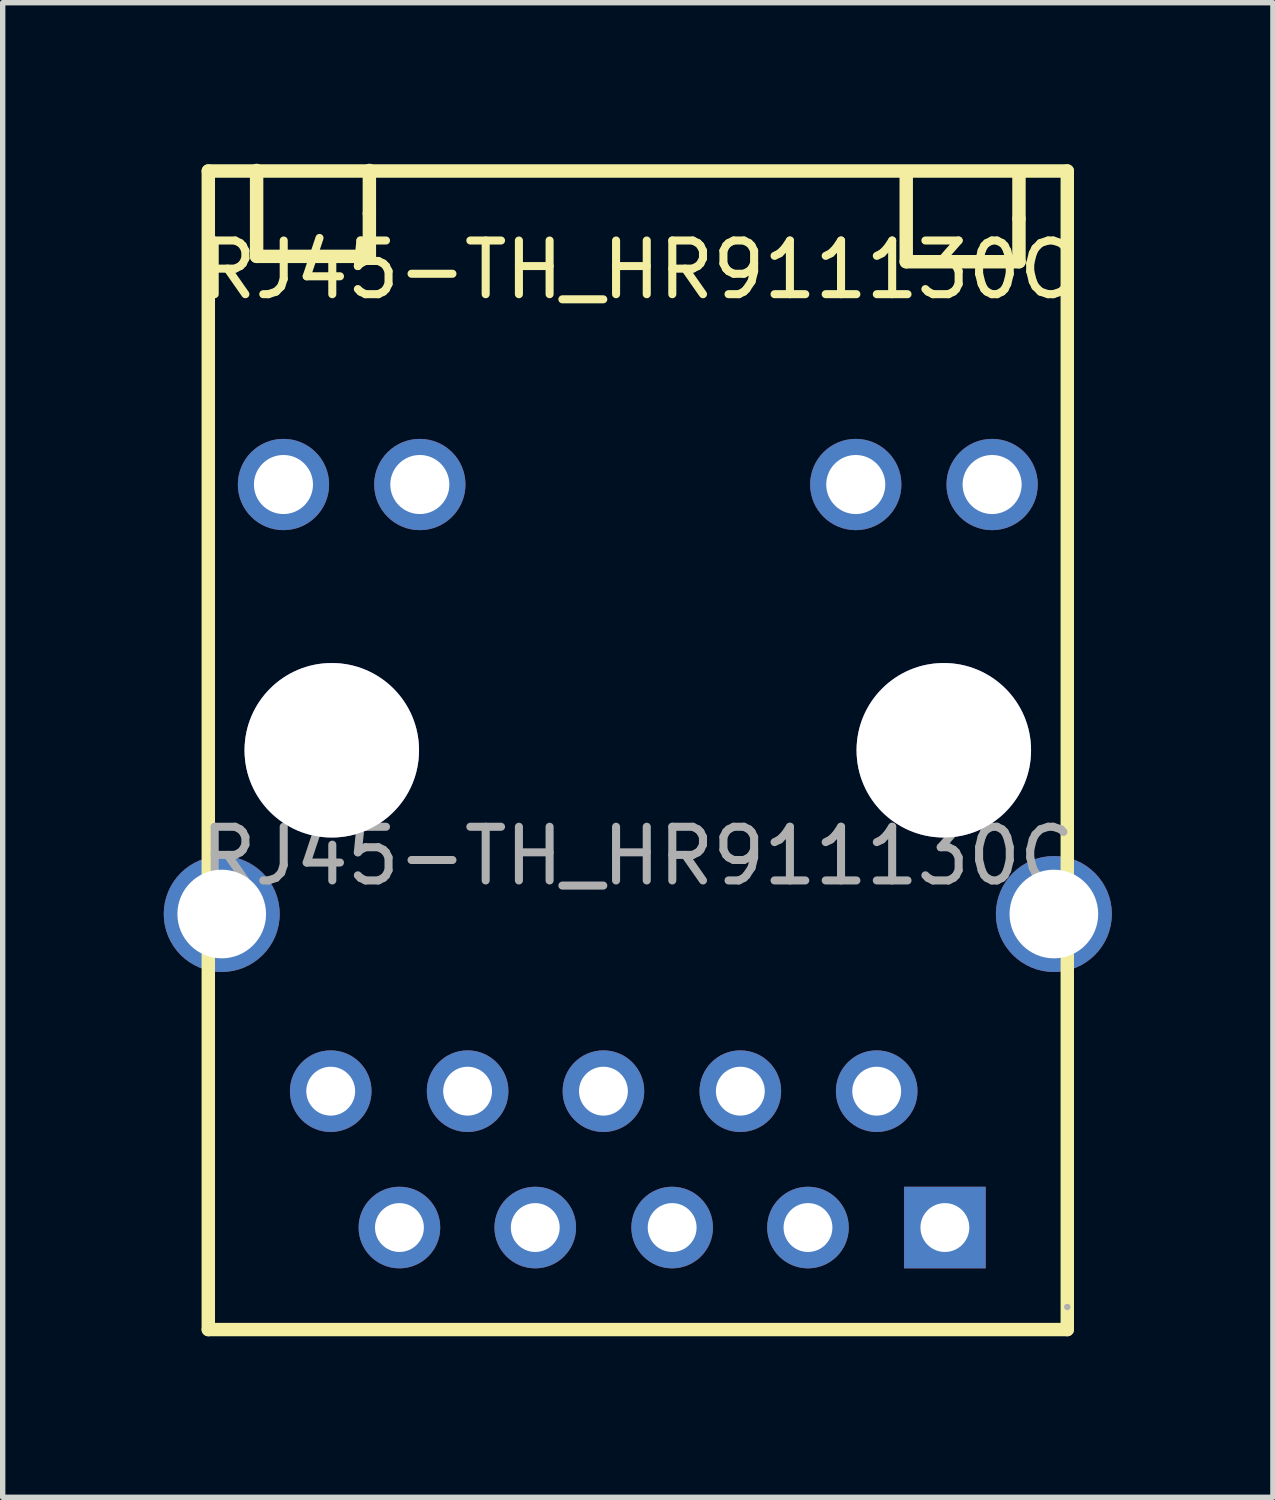
<source format=kicad_pcb>
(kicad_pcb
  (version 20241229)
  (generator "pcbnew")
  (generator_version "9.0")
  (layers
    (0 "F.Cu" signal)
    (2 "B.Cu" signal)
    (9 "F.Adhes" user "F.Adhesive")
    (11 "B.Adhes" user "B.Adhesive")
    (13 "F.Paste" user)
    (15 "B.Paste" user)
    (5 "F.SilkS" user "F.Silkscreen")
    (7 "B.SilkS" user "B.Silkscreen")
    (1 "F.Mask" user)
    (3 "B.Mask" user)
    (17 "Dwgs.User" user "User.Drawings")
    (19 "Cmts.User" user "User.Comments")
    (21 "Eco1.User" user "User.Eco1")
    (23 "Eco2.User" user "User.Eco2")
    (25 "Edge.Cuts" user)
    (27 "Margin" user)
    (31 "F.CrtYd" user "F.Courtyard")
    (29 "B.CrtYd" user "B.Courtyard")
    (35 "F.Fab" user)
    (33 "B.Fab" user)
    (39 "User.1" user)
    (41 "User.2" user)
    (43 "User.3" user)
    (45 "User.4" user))
  (footprint "RJ45-TH_HR911130C"
    (layer "F.Cu")
    (at 8.83 12.895)
    (property "Reference" "RJ45-TH_HR911130C" (at 0 -10.92 0) (layer "F.SilkS") (effects (font (size 1 1) (thickness 0.15))))
    (attr through_hole)
    (fp_line (start -8 -12.76) (end 8 -12.76) (stroke (width 0.25) (type solid)) (layer "F.SilkS"))
    (fp_line (start -8 8.82) (end -8 -12.76) (stroke (width 0.25) (type solid)) (layer "F.SilkS"))
    (fp_line (start -7.1 -12.77) (end -7.1 -11.17) (stroke (width 0.25) (type solid)) (layer "F.SilkS"))
    (fp_line (start -7.1 -11.17) (end -5 -11.17) (stroke (width 0.25) (type solid)) (layer "F.SilkS"))
    (fp_line (start -5 -11.97) (end -5 -12.77) (stroke (width 0.25) (type solid)) (layer "F.SilkS"))
    (fp_line (start -5 -11.17) (end -5 -11.97) (stroke (width 0.25) (type solid)) (layer "F.SilkS"))
    (fp_line (start 5 -12.67) (end 5 -11.07) (stroke (width 0.25) (type solid)) (layer "F.SilkS"))
    (fp_line (start 5 -11.07) (end 7.1 -11.07) (stroke (width 0.25) (type solid)) (layer "F.SilkS"))
    (fp_line (start 7.1 -11.87) (end 7.1 -12.67) (stroke (width 0.25) (type solid)) (layer "F.SilkS"))
    (fp_line (start 7.1 -11.07) (end 7.1 -11.87) (stroke (width 0.25) (type solid)) (layer "F.SilkS"))
    (fp_line (start 8 -12.76) (end 8 8.82) (stroke (width 0.25) (type solid)) (layer "F.SilkS"))
    (fp_line (start 8 8.82) (end -8 8.82) (stroke (width 0.25) (type solid)) (layer "F.SilkS"))
    (fp_circle (center -5.7 -1.97) (end -4.95 -1.97) (stroke (width 1.5) (type solid)) (fill no) (layer "Cmts.User"))
    (fp_circle (center 5.7 -1.97) (end 6.45 -1.97) (stroke (width 1.5) (type solid)) (fill no) (layer "Cmts.User"))
    (fp_circle (center 8 8.4) (end 8.03 8.4) (stroke (width 0.06) (type solid)) (fill no) (layer "F.Fab"))
    (fp_text user "${REFERENCE}" (at 0 0 0) (layer "F.Fab") (effects (font (size 1 1) (thickness 0.15))))
    (pad "" thru_hole circle (at -5.7 -1.97) (size 3.25 3.25) (drill 3.25) (layers "*.Cu" "*.Mask"))
    (pad "" thru_hole circle (at 5.7 -1.97) (size 3.25 3.25) (drill 3.25) (layers "*.Cu" "*.Mask"))
    (pad "11" thru_hole circle (at 6.6 -6.92 180) (size 1.7 1.7) (drill 1.1) (layers "*.Cu" "*.Mask"))
    (pad "12" thru_hole circle (at 4.06 -6.92 180) (size 1.7 1.7) (drill 1.1) (layers "*.Cu" "*.Mask"))
    (pad "13" thru_hole circle (at -4.06 -6.92 180) (size 1.7 1.7) (drill 1.1) (layers "*.Cu" "*.Mask"))
    (pad "14" thru_hole circle (at -6.6 -6.92 180) (size 1.7 1.7) (drill 1.1) (layers "*.Cu" "*.Mask"))
    (pad "P1" thru_hole rect (at 5.72 6.92 180) (size 1.52 1.52) (drill 0.91) (layers "*.Cu" "*.Mask"))
    (pad "P2" thru_hole circle (at 4.45 4.38 180) (size 1.52 1.52) (drill 0.91) (layers "*.Cu" "*.Mask"))
    (pad "P3" thru_hole circle (at 3.17 6.92 180) (size 1.52 1.52) (drill 0.91) (layers "*.Cu" "*.Mask"))
    (pad "P4" thru_hole circle (at 1.91 4.38 180) (size 1.52 1.52) (drill 0.91) (layers "*.Cu" "*.Mask"))
    (pad "P5" thru_hole circle (at 0.64 6.92 180) (size 1.52 1.52) (drill 0.91) (layers "*.Cu" "*.Mask"))
    (pad "P6" thru_hole circle (at -0.64 4.38 180) (size 1.52 1.52) (drill 0.91) (layers "*.Cu" "*.Mask"))
    (pad "P7" thru_hole circle (at -1.91 6.92 180) (size 1.52 1.52) (drill 0.91) (layers "*.Cu" "*.Mask"))
    (pad "P8" thru_hole circle (at -3.17 4.38 180) (size 1.52 1.52) (drill 0.91) (layers "*.Cu" "*.Mask"))
    (pad "P9" thru_hole circle (at -4.44 6.92 180) (size 1.52 1.52) (drill 0.91) (layers "*.Cu" "*.Mask"))
    (pad "P10" thru_hole circle (at -5.72 4.38 180) (size 1.52 1.52) (drill 0.91) (layers "*.Cu" "*.Mask"))
    (pad "SHIELD0" thru_hole circle (at -7.75 1.08 180) (size 2.16 2.16) (drill 1.651) (layers "*.Cu" "*.Mask"))
    (pad "SHIELD1" thru_hole circle (at 7.75 1.08 180) (size 2.16 2.16) (drill 1.651) (layers "*.Cu" "*.Mask")))
  (gr_rect
    (start -3 -3)
    (end 20.66 24.84)
    (stroke (width 0.1) (type default))
    (fill no)
    (layer "Edge.Cuts")))
</source>
